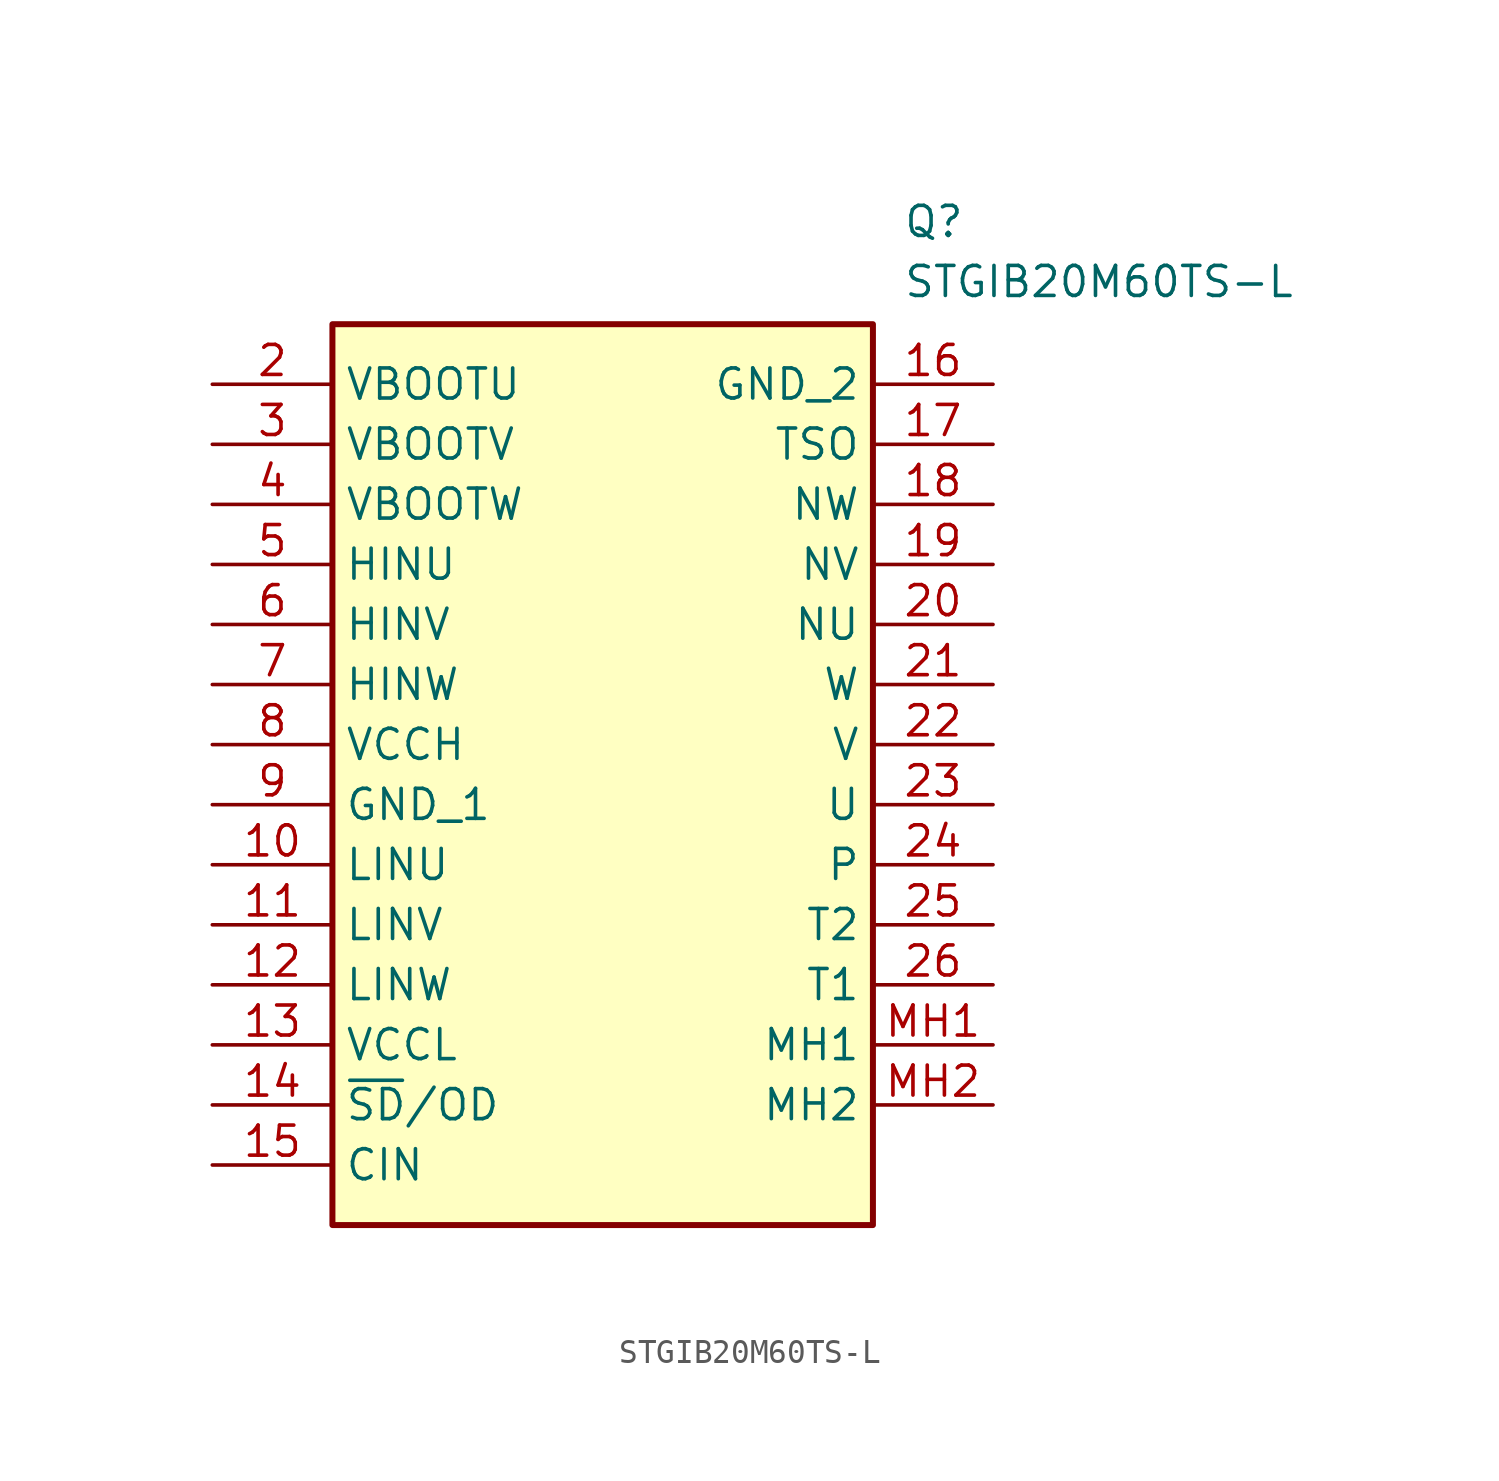
<source format=kicad_sym>
(kicad_symbol_lib
  (version 20211014)
  (generator SamacSys_ECAD_Model)
  (symbol "STGIB20M60TS-L"
    (property "Reference" "Q"
      (at 29.21 7.62 0)
      (effects (font (size 1.27 1.27)) (justify left top)))
    (property "Value" "STGIB20M60TS-L"
      (at 29.21 5.08 0)
      (effects (font (size 1.27 1.27)) (justify left top)))
    (rectangle
      (start 5.08 2.54)
      (end 27.94 -35.56)
      (stroke (width 0.254) (type default))
      (fill (type background)))
    (pin passive line
      (at 0 0 0)
      (length 5.08)
      (name "VBOOTU" (effects (font (size 1.27 1.27))))
      (number "2" (effects (font (size 1.27 1.27)))))
    (pin passive line
      (at 0 -2.54 0)
      (length 5.08)
      (name "VBOOTV" (effects (font (size 1.27 1.27))))
      (number "3" (effects (font (size 1.27 1.27)))))
    (pin passive line
      (at 0 -5.08 0)
      (length 5.08)
      (name "VBOOTW" (effects (font (size 1.27 1.27))))
      (number "4" (effects (font (size 1.27 1.27)))))
    (pin passive line
      (at 0 -7.62 0)
      (length 5.08)
      (name "HINU" (effects (font (size 1.27 1.27))))
      (number "5" (effects (font (size 1.27 1.27)))))
    (pin passive line
      (at 0 -10.16 0)
      (length 5.08)
      (name "HINV" (effects (font (size 1.27 1.27))))
      (number "6" (effects (font (size 1.27 1.27)))))
    (pin passive line
      (at 0 -12.7 0)
      (length 5.08)
      (name "HINW" (effects (font (size 1.27 1.27))))
      (number "7" (effects (font (size 1.27 1.27)))))
    (pin passive line
      (at 0 -15.24 0)
      (length 5.08)
      (name "VCCH" (effects (font (size 1.27 1.27))))
      (number "8" (effects (font (size 1.27 1.27)))))
    (pin passive line
      (at 0 -17.78 0)
      (length 5.08)
      (name "GND_1" (effects (font (size 1.27 1.27))))
      (number "9" (effects (font (size 1.27 1.27)))))
    (pin passive line
      (at 0 -20.32 0)
      (length 5.08)
      (name "LINU" (effects (font (size 1.27 1.27))))
      (number "10" (effects (font (size 1.27 1.27)))))
    (pin passive line
      (at 0 -22.86 0)
      (length 5.08)
      (name "LINV" (effects (font (size 1.27 1.27))))
      (number "11" (effects (font (size 1.27 1.27)))))
    (pin passive line
      (at 0 -25.4 0)
      (length 5.08)
      (name "LINW" (effects (font (size 1.27 1.27))))
      (number "12" (effects (font (size 1.27 1.27)))))
    (pin passive line
      (at 0 -27.94 0)
      (length 5.08)
      (name "VCCL" (effects (font (size 1.27 1.27))))
      (number "13" (effects (font (size 1.27 1.27)))))
    (pin passive line
      (at 0 -30.48 0)
      (length 5.08)
      (name "~{SD}/OD" (effects (font (size 1.27 1.27))))
      (number "14" (effects (font (size 1.27 1.27)))))
    (pin passive line
      (at 0 -33.02 0)
      (length 5.08)
      (name "CIN" (effects (font (size 1.27 1.27))))
      (number "15" (effects (font (size 1.27 1.27)))))
    (pin passive line
      (at 33.02 0 180)
      (length 5.08)
      (name "GND_2" (effects (font (size 1.27 1.27))))
      (number "16" (effects (font (size 1.27 1.27)))))
    (pin passive line
      (at 33.02 -2.54 180)
      (length 5.08)
      (name "TSO" (effects (font (size 1.27 1.27))))
      (number "17" (effects (font (size 1.27 1.27)))))
    (pin passive line
      (at 33.02 -5.08 180)
      (length 5.08)
      (name "NW" (effects (font (size 1.27 1.27))))
      (number "18" (effects (font (size 1.27 1.27)))))
    (pin passive line
      (at 33.02 -7.62 180)
      (length 5.08)
      (name "NV" (effects (font (size 1.27 1.27))))
      (number "19" (effects (font (size 1.27 1.27)))))
    (pin passive line
      (at 33.02 -10.16 180)
      (length 5.08)
      (name "NU" (effects (font (size 1.27 1.27))))
      (number "20" (effects (font (size 1.27 1.27)))))
    (pin passive line
      (at 33.02 -12.7 180)
      (length 5.08)
      (name "W" (effects (font (size 1.27 1.27))))
      (number "21" (effects (font (size 1.27 1.27)))))
    (pin passive line
      (at 33.02 -15.24 180)
      (length 5.08)
      (name "V" (effects (font (size 1.27 1.27))))
      (number "22" (effects (font (size 1.27 1.27)))))
    (pin passive line
      (at 33.02 -17.78 180)
      (length 5.08)
      (name "U" (effects (font (size 1.27 1.27))))
      (number "23" (effects (font (size 1.27 1.27)))))
    (pin passive line
      (at 33.02 -20.32 180)
      (length 5.08)
      (name "P" (effects (font (size 1.27 1.27))))
      (number "24" (effects (font (size 1.27 1.27)))))
    (pin passive line
      (at 33.02 -22.86 180)
      (length 5.08)
      (name "T2" (effects (font (size 1.27 1.27))))
      (number "25" (effects (font (size 1.27 1.27)))))
    (pin passive line
      (at 33.02 -25.4 180)
      (length 5.08)
      (name "T1" (effects (font (size 1.27 1.27))))
      (number "26" (effects (font (size 1.27 1.27)))))
    (pin passive line
      (at 33.02 -27.94 180)
      (length 5.08)
      (name "MH1" (effects (font (size 1.27 1.27))))
      (number "MH1" (effects (font (size 1.27 1.27)))))
    (pin passive line
      (at 33.02 -30.48 180)
      (length 5.08)
      (name "MH2" (effects (font (size 1.27 1.27))))
      (number "MH2" (effects (font (size 1.27 1.27)))))))
</source>
